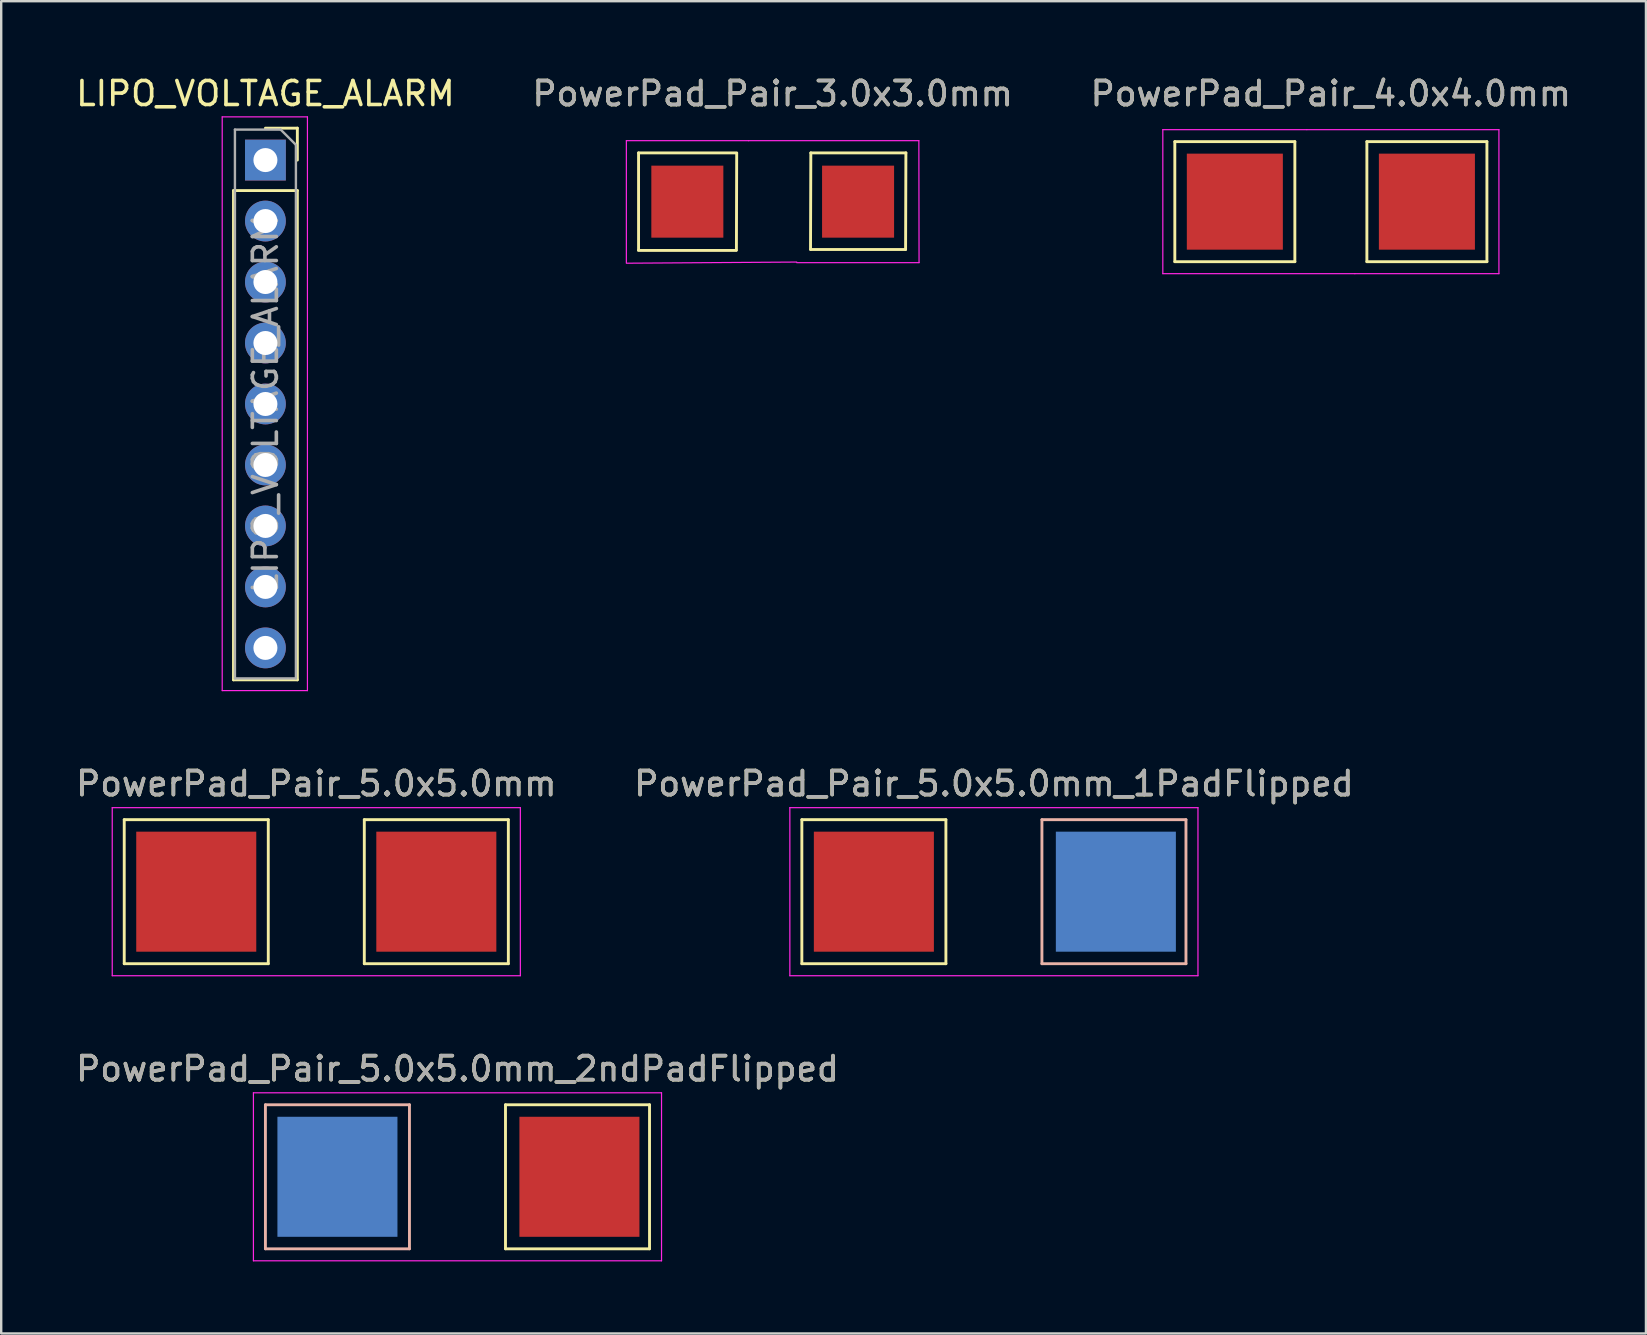
<source format=kicad_pcb>
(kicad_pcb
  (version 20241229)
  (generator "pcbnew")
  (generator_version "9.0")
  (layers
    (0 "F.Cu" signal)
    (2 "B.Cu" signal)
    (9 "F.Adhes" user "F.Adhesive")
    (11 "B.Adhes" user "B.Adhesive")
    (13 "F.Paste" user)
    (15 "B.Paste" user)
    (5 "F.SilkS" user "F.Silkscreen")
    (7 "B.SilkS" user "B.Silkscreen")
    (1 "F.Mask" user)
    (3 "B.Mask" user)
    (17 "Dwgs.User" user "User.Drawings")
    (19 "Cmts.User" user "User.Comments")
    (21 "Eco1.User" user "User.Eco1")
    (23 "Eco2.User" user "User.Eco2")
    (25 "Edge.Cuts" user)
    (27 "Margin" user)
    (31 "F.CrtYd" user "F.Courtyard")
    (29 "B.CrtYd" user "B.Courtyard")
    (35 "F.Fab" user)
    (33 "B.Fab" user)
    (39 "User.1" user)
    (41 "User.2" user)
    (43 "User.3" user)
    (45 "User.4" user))
  (footprint "PowerPad_Pair_5.0x5.0mm_2ndPadFlipped"
    (layer "F.Cu")
    (at 16.006 45.969)
    (property "Reference" "PowerPad_Pair_5.0x5.0mm_2ndPadFlipped" (at 0 -4.5 0) (layer "F.SilkS") (effects (font (size 1 1) (thickness 0.15))))
    (attr smd exclude_from_pos_files exclude_from_bom)
    (fp_line (start 2 -3) (end 8 -3) (stroke (width 0.12) (type solid)) (layer "F.SilkS"))
    (fp_line (start 2 3) (end 2 -3) (stroke (width 0.12) (type solid)) (layer "F.SilkS"))
    (fp_line (start 8 -3) (end 8 3) (stroke (width 0.12) (type solid)) (layer "F.SilkS"))
    (fp_line (start 8 3) (end 2 3) (stroke (width 0.12) (type solid)) (layer "F.SilkS"))
    (fp_line (start -8 -3) (end -2 -3) (stroke (width 0.12) (type solid)) (layer "B.SilkS"))
    (fp_line (start -8 3) (end -8 -3) (stroke (width 0.12) (type solid)) (layer "B.SilkS"))
    (fp_line (start -2 -3) (end -2 3) (stroke (width 0.12) (type solid)) (layer "B.SilkS"))
    (fp_line (start -2 3) (end -8 3) (stroke (width 0.12) (type solid)) (layer "B.SilkS"))
    (fp_line (start -8.5 -3.5) (end -8.5 3.5) (stroke (width 0.05) (type solid)) (layer "F.CrtYd"))
    (fp_line (start -8.5 -3.5) (end 8.5 -3.5) (stroke (width 0.05) (type solid)) (layer "F.CrtYd"))
    (fp_line (start 8.5 3.5) (end -8.5 3.5) (stroke (width 0.05) (type solid)) (layer "F.CrtYd"))
    (fp_line (start 8.5 3.5) (end 8.5 -3.5) (stroke (width 0.05) (type solid)) (layer "F.CrtYd"))
    (fp_text user "${REFERENCE}" (at 0 -4.502 0) (layer "F.Fab") (effects (font (size 1 1) (thickness 0.15))))
    (pad "1" smd rect (at -5 0) (size 5 5) (layers "B.Cu" "B.Mask" "B.Paste"))
    (pad "2" smd rect (at 5.08 0) (size 5 5) (layers "F.Cu" "F.Mask" "F.Paste")))
  (footprint "PowerPad_Pair_5.0x5.0mm"
    (layer "F.Cu")
    (at 10.125 34.093)
    (property "Reference" "PowerPad_Pair_5.0x5.0mm" (at 0 -4.5 0) (layer "F.SilkS") (effects (font (size 1 1) (thickness 0.15))))
    (attr smd exclude_from_pos_files exclude_from_bom)
    (fp_line (start -8 -3) (end -2 -3) (stroke (width 0.12) (type solid)) (layer "F.SilkS"))
    (fp_line (start -8 3) (end -8 -3) (stroke (width 0.12) (type solid)) (layer "F.SilkS"))
    (fp_line (start -2 -3) (end -2 3) (stroke (width 0.12) (type solid)) (layer "F.SilkS"))
    (fp_line (start -2 3) (end -8 3) (stroke (width 0.12) (type solid)) (layer "F.SilkS"))
    (fp_line (start 2 -3) (end 8 -3) (stroke (width 0.12) (type solid)) (layer "F.SilkS"))
    (fp_line (start 2 3) (end 2 -3) (stroke (width 0.12) (type solid)) (layer "F.SilkS"))
    (fp_line (start 8 -3) (end 8 3) (stroke (width 0.12) (type solid)) (layer "F.SilkS"))
    (fp_line (start 8 3) (end 2 3) (stroke (width 0.12) (type solid)) (layer "F.SilkS"))
    (fp_line (start -8.5 -3.5) (end -8.5 3.5) (stroke (width 0.05) (type solid)) (layer "F.CrtYd"))
    (fp_line (start -8.5 -3.5) (end 8.5 -3.5) (stroke (width 0.05) (type solid)) (layer "F.CrtYd"))
    (fp_line (start 8.5 3.5) (end -8.5 3.5) (stroke (width 0.05) (type solid)) (layer "F.CrtYd"))
    (fp_line (start 8.5 3.5) (end 8.5 -3.5) (stroke (width 0.05) (type solid)) (layer "F.CrtYd"))
    (fp_text user "${REFERENCE}" (at 0 -4.502 0) (layer "F.Fab") (effects (font (size 1 1) (thickness 0.15))))
    (pad "1" smd rect (at -5 0) (size 5 5) (layers "F.Cu" "F.Mask"))
    (pad "2" smd rect (at 5 0) (size 5 5) (layers "F.Cu" "F.Mask")))
  (footprint "PowerPad_Pair_3.0x3.0mm"
    (layer "F.Cu")
    (at 29.137 5.35)
    (property "Reference" "PowerPad_Pair_3.0x3.0mm" (at 0 -4.5 0) (layer "F.SilkS") (effects (font (size 1 1) (thickness 0.15))))
    (attr smd exclude_from_pos_files exclude_from_bom)
    (fp_line (start -5.588 -2.032) (end -1.5 -2.032) (stroke (width 0.12) (type solid)) (layer "F.SilkS"))
    (fp_line (start -5.588 1.992) (end -5.588 -2.032) (stroke (width 0.12) (type solid)) (layer "F.SilkS"))
    (fp_line (start -1.518 2.032) (end -5.594 2.032) (stroke (width 0.12) (type solid)) (layer "F.SilkS"))
    (fp_line (start -1.5 -2.012) (end -1.512 2.012) (stroke (width 0.12) (type solid)) (layer "F.SilkS"))
    (fp_line (start 1.588 -2.032) (end 1.575 1.992) (stroke (width 0.12) (type solid)) (layer "F.SilkS"))
    (fp_line (start 1.588 -2.032) (end 5.548 -2.032) (stroke (width 0.12) (type solid)) (layer "F.SilkS"))
    (fp_line (start 5.535 1.992) (end 1.582 1.992) (stroke (width 0.12) (type solid)) (layer "F.SilkS"))
    (fp_line (start 5.548 -2.032) (end 5.535 1.992) (stroke (width 0.12) (type solid)) (layer "F.SilkS"))
    (fp_line (start -6.096 -2.54) (end -6.096 2.54) (stroke (width 0.05) (type solid)) (layer "F.CrtYd"))
    (fp_line (start -6.096 -2.54) (end -1 -2.54) (stroke (width 0.05) (type solid)) (layer "F.CrtYd"))
    (fp_line (start -1.008 -2.54) (end 6.088 -2.54) (stroke (width 0.05) (type solid)) (layer "F.CrtYd"))
    (fp_line (start 1 2.516) (end -6.096 2.564) (stroke (width 0.05) (type solid)) (layer "F.CrtYd"))
    (fp_line (start 6.096 2.54) (end 1 2.54) (stroke (width 0.05) (type solid)) (layer "F.CrtYd"))
    (fp_line (start 6.096 2.54) (end 6.088 -2.54) (stroke (width 0.05) (type solid)) (layer "F.CrtYd"))
    (fp_text user "${REFERENCE}" (at 0 -4.502 0) (layer "F.Fab") (effects (font (size 1 1) (thickness 0.15))))
    (pad "1" smd rect (at -3.556 0) (size 3 3) (layers "F.Cu" "F.Mask" "F.Paste"))
    (pad "2" smd rect (at 3.556 0) (size 3 3) (layers "F.Cu" "F.Mask" "F.Paste")))
  (footprint "LIPO_VOLTAGE_ALARM"
    (layer "F.Cu")
    (at 8.006 3.618)
    (property "Reference" "LIPO_VOLTAGE_ALARM" (at 0 -2.77 0) (layer "F.SilkS") (effects (font (size 1 1) (thickness 0.15))))
    (attr through_hole)
    (fp_line (start -1.33 1.27) (end -1.33 21.65) (stroke (width 0.12) (type solid)) (layer "F.SilkS"))
    (fp_line (start -1.33 1.27) (end 1.33 1.27) (stroke (width 0.12) (type solid)) (layer "F.SilkS"))
    (fp_line (start -1.33 21.65) (end 1.33 21.65) (stroke (width 0.12) (type solid)) (layer "F.SilkS"))
    (fp_line (start 0 -1.33) (end 1.33 -1.33) (stroke (width 0.12) (type solid)) (layer "F.SilkS"))
    (fp_line (start 1.33 -1.33) (end 1.33 0) (stroke (width 0.12) (type solid)) (layer "F.SilkS"))
    (fp_line (start 1.33 1.27) (end 1.33 21.65) (stroke (width 0.12) (type solid)) (layer "F.SilkS"))
    (fp_line (start -1.8 -1.8) (end 1.75 -1.8) (stroke (width 0.05) (type solid)) (layer "F.CrtYd"))
    (fp_line (start -1.8 22.1) (end -1.8 -1.8) (stroke (width 0.05) (type solid)) (layer "F.CrtYd"))
    (fp_line (start 1.75 -1.8) (end 1.75 22.1) (stroke (width 0.05) (type solid)) (layer "F.CrtYd"))
    (fp_line (start 1.75 22.1) (end -1.8 22.1) (stroke (width 0.05) (type solid)) (layer "F.CrtYd"))
    (fp_line (start -1.27 -1.27) (end 0.635 -1.27) (stroke (width 0.1) (type solid)) (layer "F.Fab"))
    (fp_line (start -1.27 21.59) (end -1.27 -1.27) (stroke (width 0.1) (type solid)) (layer "F.Fab"))
    (fp_line (start 0.635 -1.27) (end 1.27 -0.635) (stroke (width 0.1) (type solid)) (layer "F.Fab"))
    (fp_line (start 1.27 -0.635) (end 1.27 21.59) (stroke (width 0.1) (type solid)) (layer "F.Fab"))
    (fp_line (start 1.27 21.59) (end -1.27 21.59) (stroke (width 0.1) (type solid)) (layer "F.Fab"))
    (fp_text user "${REFERENCE}" (at 0 10.16 90) (layer "F.Fab") (effects (font (size 1 1) (thickness 0.15))))
    (pad "1" thru_hole rect (at 0 0) (size 1.7 1.7) (drill 1) (layers "*.Cu" "*.Mask"))
    (pad "2" thru_hole circle (at 0 2.54) (size 1.7 1.7) (drill 1) (layers "*.Cu" "*.Mask"))
    (pad "3" thru_hole circle (at 0 5.08) (size 1.7 1.7) (drill 1) (layers "*.Cu" "*.Mask"))
    (pad "4" thru_hole circle (at 0 7.62) (size 1.7 1.7) (drill 1) (layers "*.Cu" "*.Mask"))
    (pad "5" thru_hole circle (at 0 10.16) (size 1.7 1.7) (drill 1) (layers "*.Cu" "*.Mask"))
    (pad "6" thru_hole circle (at 0 12.7) (size 1.7 1.7) (drill 1) (layers "*.Cu" "*.Mask"))
    (pad "7" thru_hole circle (at 0 15.24) (size 1.7 1.7) (drill 1) (layers "*.Cu" "*.Mask"))
    (pad "8" thru_hole circle (at 0 17.78) (size 1.7 1.7) (drill 1) (layers "*.Cu" "*.Mask"))
    (pad "9" thru_hole circle (at 0 20.32) (size 1.7 1.7) (drill 1) (layers "*.Cu" "*.Mask")))
  (footprint "PowerPad_Pair_5.0x5.0mm_1PadFlipped"
    (layer "F.Cu")
    (at 38.351 34.093)
    (property "Reference" "PowerPad_Pair_5.0x5.0mm_1PadFlipped" (at 0 -4.5 0) (layer "F.SilkS") (effects (font (size 1 1) (thickness 0.15))))
    (attr smd exclude_from_pos_files exclude_from_bom)
    (fp_line (start -8 -3) (end -2 -3) (stroke (width 0.12) (type solid)) (layer "F.SilkS"))
    (fp_line (start -8 3) (end -8 -3) (stroke (width 0.12) (type solid)) (layer "F.SilkS"))
    (fp_line (start -2 -3) (end -2 3) (stroke (width 0.12) (type solid)) (layer "F.SilkS"))
    (fp_line (start -2 3) (end -8 3) (stroke (width 0.12) (type solid)) (layer "F.SilkS"))
    (fp_line (start 2 -3) (end 8 -3) (stroke (width 0.12) (type solid)) (layer "B.SilkS"))
    (fp_line (start 2 3) (end 2 -3) (stroke (width 0.12) (type solid)) (layer "B.SilkS"))
    (fp_line (start 8 -3) (end 8 3) (stroke (width 0.12) (type solid)) (layer "B.SilkS"))
    (fp_line (start 8 3) (end 2 3) (stroke (width 0.12) (type solid)) (layer "B.SilkS"))
    (fp_line (start -8.5 -3.5) (end -8.5 3.5) (stroke (width 0.05) (type solid)) (layer "F.CrtYd"))
    (fp_line (start -8.5 -3.5) (end 8.5 -3.5) (stroke (width 0.05) (type solid)) (layer "F.CrtYd"))
    (fp_line (start 8.5 3.5) (end -8.5 3.5) (stroke (width 0.05) (type solid)) (layer "F.CrtYd"))
    (fp_line (start 8.5 3.5) (end 8.5 -3.5) (stroke (width 0.05) (type solid)) (layer "F.CrtYd"))
    (fp_text user "${REFERENCE}" (at 0 -4.502 0) (layer "F.Fab") (effects (font (size 1 1) (thickness 0.15))))
    (pad "1" smd rect (at -5 0) (size 5 5) (layers "F.Cu" "F.Mask" "F.Paste"))
    (pad "2" smd rect (at 5.08 0) (size 5 5) (layers "B.Cu" "B.Mask" "B.Paste")))
  (footprint "PowerPad_Pair_4.0x4.0mm"
    (layer "F.Cu")
    (at 52.387 5.35)
    (property "Reference" "PowerPad_Pair_4.0x4.0mm" (at 0 -4.5 0) (layer "F.SilkS") (effects (font (size 1 1) (thickness 0.15))))
    (attr smd exclude_from_pos_files exclude_from_bom)
    (fp_line (start -6.5 -2.5) (end -1.5 -2.5) (stroke (width 0.12) (type solid)) (layer "F.SilkS"))
    (fp_line (start -6.5 2.5) (end -6.5 -2.5) (stroke (width 0.12) (type solid)) (layer "F.SilkS"))
    (fp_line (start -1.5 -2.5) (end -1.5 2.5) (stroke (width 0.12) (type solid)) (layer "F.SilkS"))
    (fp_line (start -1.5 2.5) (end -6.5 2.5) (stroke (width 0.12) (type solid)) (layer "F.SilkS"))
    (fp_line (start 1.5 -2.5) (end 6.5 -2.5) (stroke (width 0.12) (type solid)) (layer "F.SilkS"))
    (fp_line (start 1.5 2.5) (end 1.5 -2.5) (stroke (width 0.12) (type solid)) (layer "F.SilkS"))
    (fp_line (start 6.5 -2.5) (end 6.5 2.5) (stroke (width 0.12) (type solid)) (layer "F.SilkS"))
    (fp_line (start 6.5 2.5) (end 1.5 2.5) (stroke (width 0.12) (type solid)) (layer "F.SilkS"))
    (fp_line (start -7 -3) (end -7 3) (stroke (width 0.05) (type solid)) (layer "F.CrtYd"))
    (fp_line (start -7 -3) (end -1 -3) (stroke (width 0.05) (type solid)) (layer "F.CrtYd"))
    (fp_line (start -1 -3) (end 7 -3) (stroke (width 0.05) (type solid)) (layer "F.CrtYd"))
    (fp_line (start 1 3) (end -7 3) (stroke (width 0.05) (type solid)) (layer "F.CrtYd"))
    (fp_line (start 7 3) (end 1 3) (stroke (width 0.05) (type solid)) (layer "F.CrtYd"))
    (fp_line (start 7 3) (end 7 -3) (stroke (width 0.05) (type solid)) (layer "F.CrtYd"))
    (fp_text user "${REFERENCE}" (at 0 -4.502 0) (layer "F.Fab") (effects (font (size 1 1) (thickness 0.15))))
    (pad "1" smd rect (at -4 0) (size 4 4) (layers "F.Cu" "F.Mask" "F.Paste"))
    (pad "2" smd rect (at 4 0) (size 4 4) (layers "F.Cu" "F.Mask" "F.Paste")))
  (gr_rect
    (start -3 -3)
    (end 65.512 52.494)
    (stroke (width 0.1) (type default))
    (fill no)
    (layer "Edge.Cuts")))
</source>
